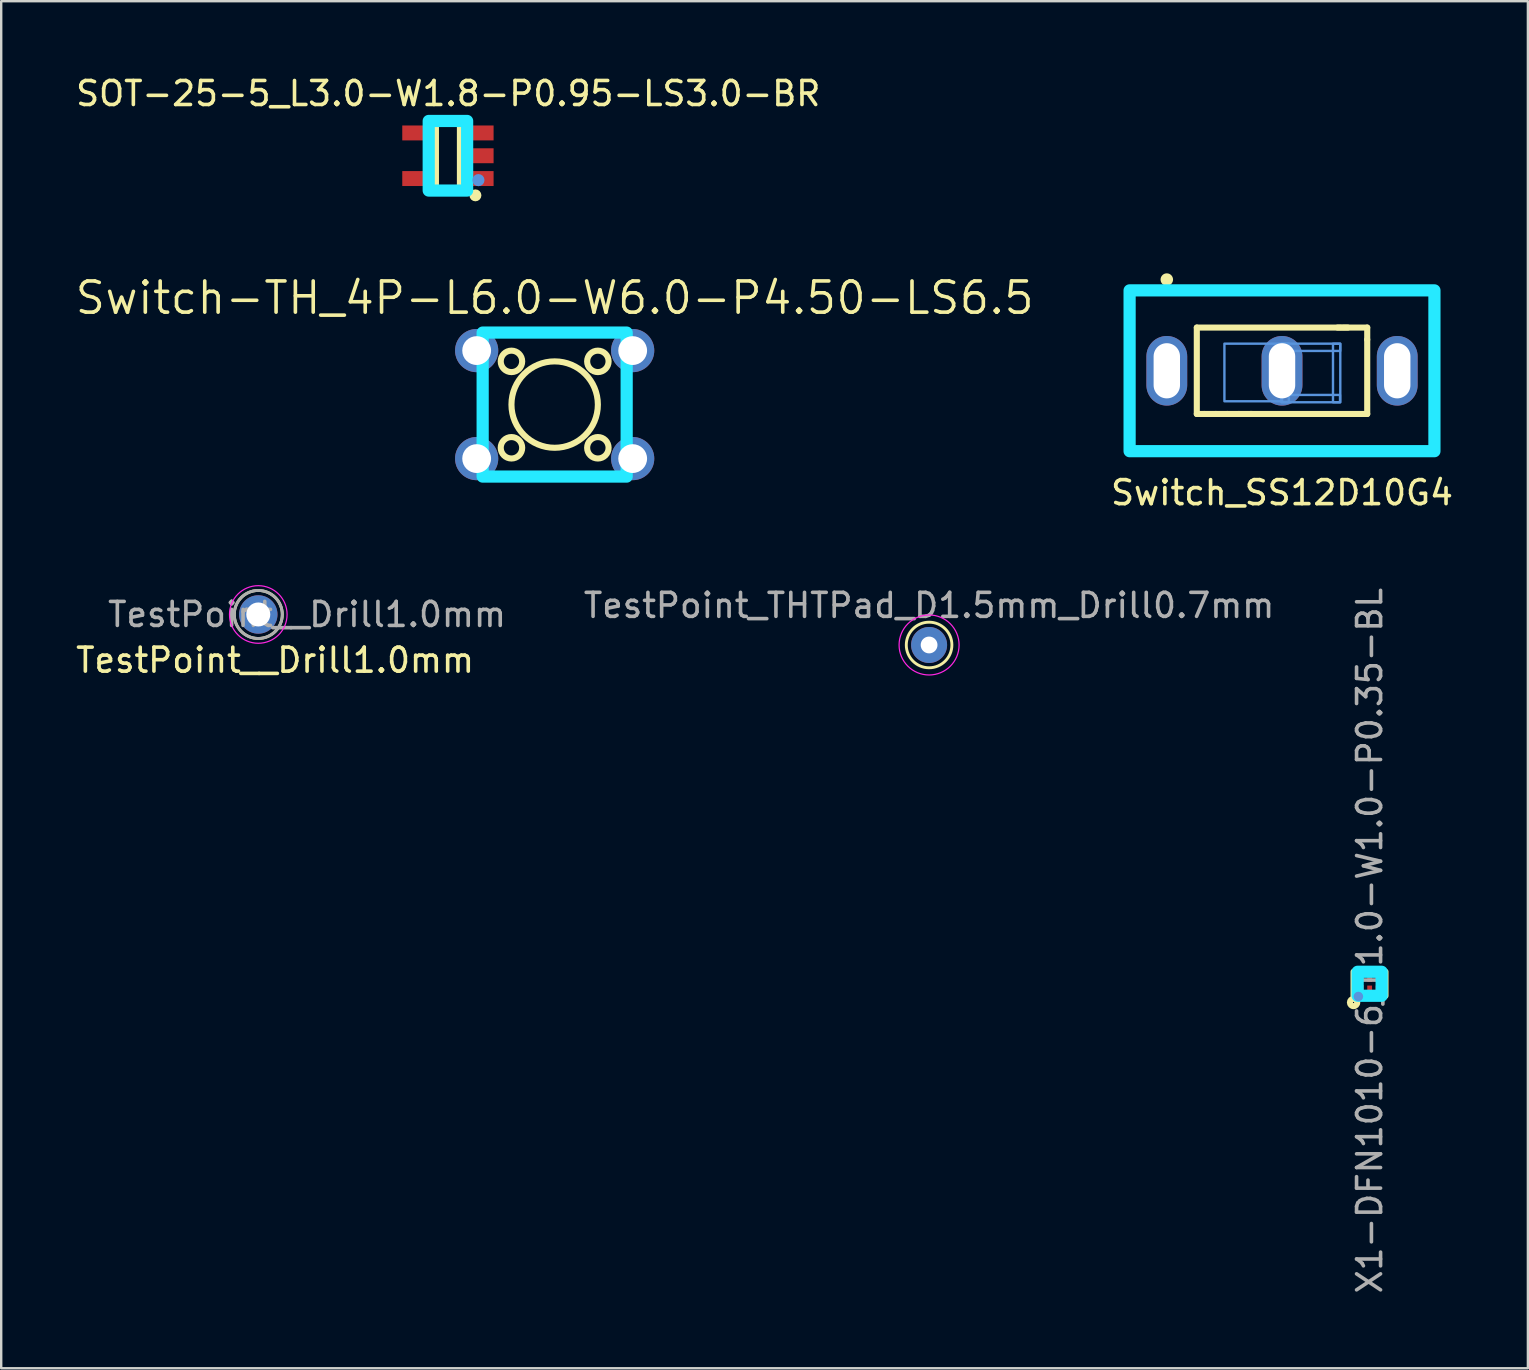
<source format=kicad_pcb>
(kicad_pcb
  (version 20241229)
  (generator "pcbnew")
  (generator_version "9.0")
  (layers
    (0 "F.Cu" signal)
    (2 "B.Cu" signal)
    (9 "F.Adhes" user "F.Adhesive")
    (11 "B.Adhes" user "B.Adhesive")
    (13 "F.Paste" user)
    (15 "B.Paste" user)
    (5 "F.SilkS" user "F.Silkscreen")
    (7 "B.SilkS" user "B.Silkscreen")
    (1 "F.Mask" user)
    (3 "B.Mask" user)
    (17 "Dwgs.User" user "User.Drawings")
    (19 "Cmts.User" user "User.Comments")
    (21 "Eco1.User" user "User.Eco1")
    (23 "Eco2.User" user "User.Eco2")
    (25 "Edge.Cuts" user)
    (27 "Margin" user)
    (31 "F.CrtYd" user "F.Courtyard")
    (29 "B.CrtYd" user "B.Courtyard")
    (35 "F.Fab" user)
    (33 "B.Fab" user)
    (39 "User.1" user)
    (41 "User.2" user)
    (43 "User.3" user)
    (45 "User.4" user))
  (footprint "TestPoint__Drill1.0mm"
    (layer "F.Cu")
    (at 7.711 22.551)
    (property "Reference" "TestPoint__Drill1.0mm" (at 0.7 1.905 0) (layer "F.SilkS") (effects (font (size 1 1) (thickness 0.15))))
    (attr through_hole exclude_from_pos_files exclude_from_bom)
    (fp_circle (center 0 0) (end 1 0) (stroke (width 0.12) (type solid)) (fill no) (layer "F.SilkS"))
    (fp_circle (center 0 0) (end 1.2 0) (stroke (width 0.05) (type solid)) (fill no) (layer "F.CrtYd"))
    (fp_circle (center 0 0) (end 1 0) (stroke (width 0.12) (type solid)) (fill no) (layer "F.Fab"))
    (fp_text user "${REFERENCE}" (at 2.032 0 0) (layer "F.Fab") (effects (font (size 1 1) (thickness 0.15))))
    (pad "1" thru_hole circle (at 0 0) (size 1.6 1.6) (drill 1) (layers "*.Cu" "*.Mask")))
  (footprint "X1-DFN1010-6_L1.0-W1.0-P0.35-BL"
    (layer "F.Cu")
    (at 54.014 37.937)
    (property "Reference" "X1-DFN1010-6_L1.0-W1.0-P0.35-BL" (at 0 -1.796 90) (layer "F.Fab") (effects (font (size 1 1) (thickness 0.15))))
    (attr through_hole)
    (fp_line (start -0.67 0.5) (end -0.67 -0.5) (stroke (width 0.254) (type solid)) (layer "F.SilkS"))
    (fp_line (start 0.66 0.5) (end 0.66 -0.501) (stroke (width 0.254) (type solid)) (layer "F.SilkS"))
    (fp_circle (center -0.67 0.78) (end -0.67 0.805) (stroke (width 0.254) (type solid)) (fill no) (layer "F.SilkS"))
    (fp_circle (center -0.47 0.53) (end -0.47 0.63) (stroke (width 0.2) (type solid)) (fill no) (layer "Cmts.User"))
    (fp_poly (pts (xy -0.5 0.5) (xy -0.5 -0.5) (xy 0.5 -0.5) (xy 0.5 0.5)) (stroke (width 0.508) (type solid)) (fill no) (layer "B.CrtYd"))
    (pad "1" smd rect (at -0.35 0.312 180) (size 0.2 0.525) (layers "F.Cu" "F.Mask" "F.Paste"))
    (pad "2" smd rect (at 0 0.325 180) (size 0.2 0.5) (layers "F.Cu" "F.Mask" "F.Paste"))
    (pad "3" smd rect (at 0.35 0.325 180) (size 0.2 0.5) (layers "F.Cu" "F.Mask" "F.Paste"))
    (pad "4" smd rect (at 0.35 -0.325 180) (size 0.2 0.5) (layers "F.Cu" "F.Mask" "F.Paste"))
    (pad "5" smd rect (at 0 -0.325 180) (size 0.2 0.5) (layers "F.Cu" "F.Mask" "F.Paste"))
    (pad "6" smd rect (at -0.35 -0.338 180) (size 0.2 0.475) (layers "F.Cu" "F.Mask" "F.Paste")))
  (footprint "TestPoint_THTPad_D1.5mm_Drill0.7mm"
    (layer "F.Cu")
    (at 35.659 23.822)
    (property "Reference" "TestPoint_THTPad_D1.5mm_Drill0.7mm" (at 0 -1.648 0) (layer "F.Fab") (effects (font (size 1 1) (thickness 0.15))))
    (attr exclude_from_pos_files exclude_from_bom)
    (fp_circle (center 0 0) (end 0 0.95) (stroke (width 0.12) (type solid)) (fill no) (layer "F.SilkS"))
    (fp_circle (center 0 0) (end 1.25 0) (stroke (width 0.05) (type solid)) (fill no) (layer "F.CrtYd"))
    (pad "1" thru_hole circle (at 0 0) (size 1.5 1.5) (drill 0.7) (layers "*.Cu" "*.Mask")))
  (footprint "Switch_SS12D10G4"
    (layer "F.Cu")
    (at 50.363 12.398)
    (property "Reference" "Switch_SS12D10G4" (at 0 5.08 180) (layer "F.SilkS") (effects (font (size 1 1) (thickness 0.15))))
    (attr through_hole)
    (fp_line (start -6.35 -3.35) (end -6.35 3.35) (stroke (width 0.254) (type solid)) (layer "F.SilkS"))
    (fp_line (start -6.35 -3.35) (end 6.35 -3.35) (stroke (width 0.254) (type solid)) (layer "F.SilkS"))
    (fp_line (start -3.55 -1.8) (end -3.55 1.8) (stroke (width 0.254) (type solid)) (layer "F.SilkS"))
    (fp_line (start -3.55 1.8) (end 3.55 1.8) (stroke (width 0.254) (type solid)) (layer "F.SilkS"))
    (fp_line (start -3.233 1.8) (end -3.242 1.8) (stroke (width 0.254) (type solid)) (layer "F.SilkS"))
    (fp_line (start -2.753 1.8) (end -2.762 1.8) (stroke (width 0.254) (type solid)) (layer "F.SilkS"))
    (fp_line (start -2.273 1.8) (end -2.283 1.8) (stroke (width 0.254) (type solid)) (layer "F.SilkS"))
    (fp_line (start -1.793 1.8) (end -1.803 1.8) (stroke (width 0.254) (type solid)) (layer "F.SilkS"))
    (fp_line (start -1.314 1.8) (end -1.257 1.8) (stroke (width 0.254) (type solid)) (layer "F.SilkS"))
    (fp_line (start 2.45 -1.8) (end -3.55 -1.8) (stroke (width 0.254) (type solid)) (layer "F.SilkS"))
    (fp_line (start 2.74 -1.8) (end 2.317 -1.8) (stroke (width 0.254) (type solid)) (layer "F.SilkS"))
    (fp_line (start 3.55 -1.8) (end 2.55 -1.8) (stroke (width 0.254) (type solid)) (layer "F.SilkS"))
    (fp_line (start 3.55 -1.3) (end 3.55 -1.8) (stroke (width 0.254) (type solid)) (layer "F.SilkS"))
    (fp_line (start 3.55 1.8) (end 3.55 -1.3) (stroke (width 0.254) (type solid)) (layer "F.SilkS"))
    (fp_line (start 6.35 -3.35) (end 6.35 3.35) (stroke (width 0.254) (type solid)) (layer "F.SilkS"))
    (fp_line (start 6.35 3.35) (end -6.35 3.35) (stroke (width 0.254) (type solid)) (layer "F.SilkS"))
    (fp_circle (center -4.8 -3.8) (end -4.6 -3.8) (stroke (width 0.12) (type solid)) (fill yes) (layer "F.SilkS"))
    (fp_poly (pts (xy -2.4 -1.13) (xy 0.000051 -1.13) (xy 0.000051 1.27) (xy -2.4 1.27)) (stroke (width 0.1) (type solid)) (fill no) (layer "Cmts.User"))
    (fp_poly (pts (xy -0.021 1.007) (xy 2.379 1.007) (xy 2.417 1.007) (xy 2.417 1.311) (xy -0.023 1.311) (xy -0.023 1.21)) (stroke (width 0.1) (type solid)) (fill no) (layer "Cmts.User"))
    (fp_poly (pts (xy -0.019 1.301) (xy -0.019 -1.099) (xy -0.019 -1.137) (xy 0.284 -1.137) (xy 0.284 1.303) (xy 0.184 1.303)) (stroke (width 0.1) (type solid)) (fill no) (layer "Cmts.User"))
    (fp_poly (pts (xy -0.013 -1.129) (xy 2.387 -1.129) (xy 2.425 -1.129) (xy 2.425 -0.826) (xy -0.015 -0.826) (xy -0.015 -0.926)) (stroke (width 0.1) (type solid)) (fill no) (layer "Cmts.User"))
    (fp_poly (pts (xy 2.124 1.311) (xy 2.124 -1.089) (xy 2.124 -1.127) (xy 2.428 -1.127) (xy 2.428 1.313) (xy 2.327 1.313)) (stroke (width 0.1) (type solid)) (fill no) (layer "Cmts.User"))
    (fp_poly (pts (xy -6.35 3.35) (xy -6.35 -3.35) (xy 6.35 -3.35) (xy 6.35 3.35)) (stroke (width 0.508) (type solid)) (fill no) (layer "B.CrtYd"))
    (pad "1" thru_hole oval (at -4.8 0) (size 1.7 2.9) (drill oval 1.1 2.3) (layers "*.Cu" "*.Mask"))
    (pad "2" thru_hole oval (at 0.000127 0) (size 1.7 2.9) (drill oval 1.1 2.3) (layers "*.Cu" "*.Mask"))
    (pad "3" thru_hole oval (at 4.8 0) (size 1.7 2.9) (drill oval 1.1 2.3) (layers "*.Cu" "*.Mask")))
  (footprint "SOT-25-5_L3.0-W1.8-P0.95-LS3.0-BR"
    (layer "F.Cu")
    (at 15.612 3.439)
    (property "Reference" "SOT-25-5_L3.0-W1.8-P0.95-LS3.0-BR" (at 0.013 -2.591 180) (layer "F.SilkS") (effects (font (size 1 1) (thickness 0.15))))
    (attr through_hole)
    (fp_line (start -0.5 -1.412) (end 0.5 -1.412) (stroke (width 0.254) (type solid)) (layer "F.SilkS"))
    (fp_line (start -0.5 1.387) (end -0.5 -1.412) (stroke (width 0.254) (type solid)) (layer "F.SilkS"))
    (fp_line (start 0.5 -1.412) (end 0.5 1.387) (stroke (width 0.254) (type solid)) (layer "F.SilkS"))
    (fp_line (start 0.5 1.387) (end -0.5 1.387) (stroke (width 0.254) (type solid)) (layer "F.SilkS"))
    (fp_arc (start 1.269924 1.650924) (mid 1.02107 1.649746) (end 1.269924 1.648384) (stroke (width 0.24892) (type solid)) (layer "F.SilkS"))
    (fp_circle (center 1.27 1.016) (end 1.27 1.143) (stroke (width 0.254) (type solid)) (fill no) (layer "Cmts.User"))
    (fp_poly (pts (xy -0.8 1.45) (xy -0.8 -1.45) (xy 0.8 -1.45) (xy 0.8 1.45)) (stroke (width 0.508) (type solid)) (fill no) (layer "B.CrtYd"))
    (pad "1" smd rect (at 1.35 0.95 90) (size 0.622 1.105) (layers "F.Cu" "F.Mask" "F.Paste"))
    (pad "2" smd rect (at 1.35 0 90) (size 0.622 1.105) (layers "F.Cu" "F.Mask" "F.Paste"))
    (pad "3" smd rect (at 1.35 -0.95 90) (size 0.622 1.105) (layers "F.Cu" "F.Mask" "F.Paste"))
    (pad "4" smd rect (at -1.35 -0.95 90) (size 0.622 1.105) (layers "F.Cu" "F.Mask" "F.Paste"))
    (pad "5" smd rect (at -1.35 0.95 90) (size 0.622 1.105) (layers "F.Cu" "F.Mask" "F.Paste")))
  (footprint "Switch-TH_4P-L6.0-W6.0-P4.50-LS6.5"
    (layer "F.Cu")
    (at 20.059 13.806)
    (property "Reference" "Switch-TH_4P-L6.0-W6.0-P4.50-LS6.5" (at 0 -4.445 0) (layer "F.SilkS") (effects (font (size 1.3 1.3) (thickness 0.15))))
    (attr through_hole)
    (fp_line (start -3 1.147) (end -3 -1.147) (stroke (width 0.254) (type solid)) (layer "F.SilkS"))
    (fp_line (start -2.404 -3) (end 2.404 -3) (stroke (width 0.254) (type solid)) (layer "F.SilkS"))
    (fp_line (start 2.404 3) (end -2.404 3) (stroke (width 0.254) (type solid)) (layer "F.SilkS"))
    (fp_line (start 3 -1.147) (end 3 1.147) (stroke (width 0.254) (type solid)) (layer "F.SilkS"))
    (fp_circle (center -1.8 -1.8) (end -1.8 -1.353) (stroke (width 0.254) (type solid)) (fill no) (layer "F.SilkS"))
    (fp_circle (center -1.8 1.8) (end -1.8 2.247) (stroke (width 0.254) (type solid)) (fill no) (layer "F.SilkS"))
    (fp_circle (center 0 0) (end 0 1.8) (stroke (width 0.254) (type solid)) (fill no) (layer "F.SilkS"))
    (fp_circle (center 1.8 -1.8) (end 1.8 -1.353) (stroke (width 0.254) (type solid)) (fill no) (layer "F.SilkS"))
    (fp_circle (center 1.8 1.8) (end 1.8 2.247) (stroke (width 0.254) (type solid)) (fill no) (layer "F.SilkS"))
    (fp_poly (pts (xy -3 -3) (xy 3 -3) (xy 3 3) (xy -3 3)) (stroke (width 0.508) (type solid)) (fill no) (layer "B.CrtYd"))
    (pad "1" thru_hole circle (at -3.25 -2.25) (size 1.8 1.8) (drill 1.2) (layers "*.Cu" "*.Mask"))
    (pad "2" thru_hole circle (at 3.25 -2.25) (size 1.8 1.8) (drill 1.2) (layers "*.Cu" "*.Mask"))
    (pad "3" thru_hole circle (at -3.25 2.25) (size 1.8 1.8) (drill 1.2) (layers "*.Cu" "*.Mask"))
    (pad "4" thru_hole circle (at 3.25 2.25) (size 1.8 1.8) (drill 1.2) (layers "*.Cu" "*.Mask")))
  (gr_rect
    (start -3 -3)
    (end 60.607 53.957)
    (stroke (width 0.1) (type default))
    (fill no)
    (layer "Edge.Cuts")))
</source>
